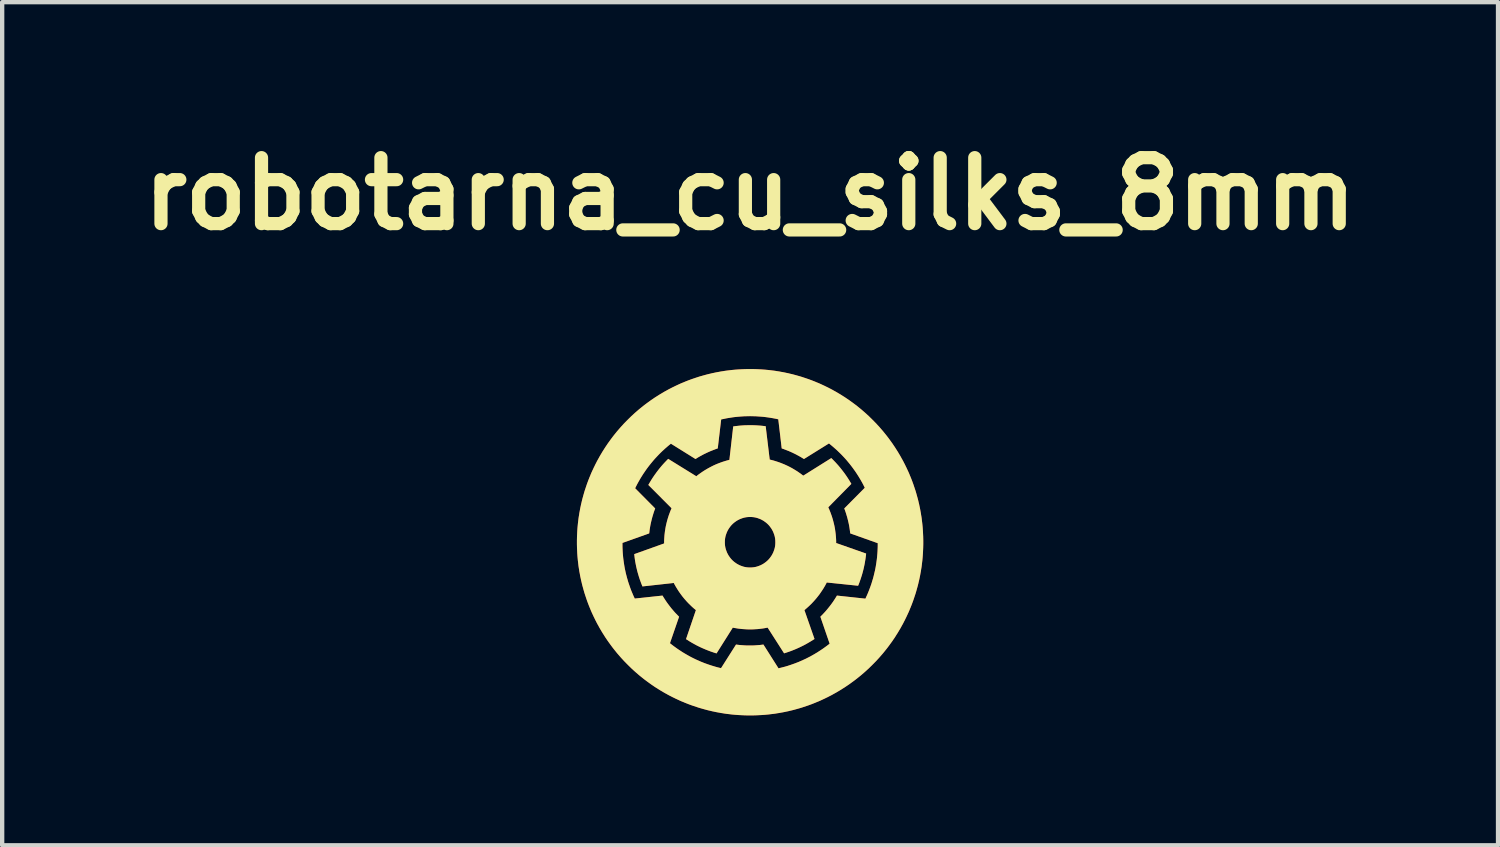
<source format=kicad_pcb>
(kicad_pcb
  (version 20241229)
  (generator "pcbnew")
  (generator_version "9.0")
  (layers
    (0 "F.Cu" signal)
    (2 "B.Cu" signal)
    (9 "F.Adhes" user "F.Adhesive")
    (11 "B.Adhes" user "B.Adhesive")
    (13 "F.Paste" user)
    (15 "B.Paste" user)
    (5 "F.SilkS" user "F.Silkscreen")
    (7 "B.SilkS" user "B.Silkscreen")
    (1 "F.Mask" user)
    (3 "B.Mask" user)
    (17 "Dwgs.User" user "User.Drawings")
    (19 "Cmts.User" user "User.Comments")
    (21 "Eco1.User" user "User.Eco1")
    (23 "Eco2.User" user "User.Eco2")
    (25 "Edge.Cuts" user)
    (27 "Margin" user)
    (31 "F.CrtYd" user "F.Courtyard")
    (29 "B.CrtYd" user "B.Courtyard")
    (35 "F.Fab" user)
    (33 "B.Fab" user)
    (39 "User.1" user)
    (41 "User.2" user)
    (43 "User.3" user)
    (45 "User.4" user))
  (footprint "robotarna_cu_silks_8mm"
    (layer "F.Cu")
    (at 14.275 9.474)
    (property "Reference" "robotarna_cu_silks_8mm" (at 0 -8.048 0) (layer "F.SilkS") (effects (font (size 1.524 1.524) (thickness 0.305))))
    (attr smd)
    (fp_poly (pts (xy -0.000007 0.583) (xy -2.645 0.491) (xy -2.637 0.533) (xy -2.628 0.575) (xy -2.618 0.617) (xy -2.608 0.659) (xy -2.597 0.7) (xy -2.585 0.741) (xy -2.573 0.782) (xy -2.56 0.823) (xy -2.547 0.863) (xy -2.532 0.903) (xy -2.518 0.943) (xy -2.502 0.982) (xy -2.487 1.021) (xy -1.763 0.941) (xy -1.743 0.979) (xy -1.722 1.016) (xy -1.7 1.053) (xy -1.677 1.09) (xy -1.654 1.126) (xy -1.63 1.161) (xy -1.605 1.196) (xy -1.579 1.231) (xy -1.553 1.265) (xy -1.526 1.298) (xy -1.498 1.33) (xy -1.47 1.362) (xy -1.44 1.394) (xy -1.411 1.424) (xy -1.38 1.454) (xy -1.349 1.484) (xy -1.317 1.513) (xy -1.285 1.541) (xy -1.252 1.568) (xy -1.48 2.238) (xy -1.444 2.261) (xy -1.408 2.284) (xy -1.371 2.306) (xy -1.334 2.328) (xy -1.296 2.349) (xy -1.258 2.37) (xy -1.22 2.39) (xy -1.181 2.409) (xy -1.142 2.428) (xy -1.102 2.446) (xy -1.063 2.463) (xy -1.023 2.48) (xy -0.982 2.496) (xy -0.941 2.512) (xy -0.9 2.527) (xy -0.859 2.541) (xy -0.817 2.555) (xy -0.775 2.568) (xy -0.4 1.973) (xy -0.357 1.981) (xy -0.314 1.988) (xy -0.27 1.995) (xy -0.226 2) (xy -0.182 2.005) (xy -0.137 2.008) (xy -0.092 2.011) (xy -0.047 2.013) (xy -0.001 2.013) (xy 0.04 2.013) (xy 0.082 2.012) (xy 0.123 2.009) (xy 0.164 2.007) (xy 0.205 2.003) (xy 0.245 1.998) (xy 0.286 1.993) (xy 0.326 1.987) (xy 0.365 1.98) (xy 0.405 1.972) (xy 0.785 2.566) (xy 0.827 2.553) (xy 0.868 2.539) (xy 0.909 2.525) (xy 0.95 2.51) (xy 0.991 2.494) (xy 1.031 2.478) (xy 1.071 2.461) (xy 1.111 2.443) (xy 1.15 2.425) (xy 1.189 2.406) (xy 1.228 2.387) (xy 1.266 2.367) (xy 1.304 2.346) (xy 1.341 2.325) (xy 1.378 2.303) (xy 1.415 2.281) (xy 1.452 2.258) (xy 1.488 2.235) (xy 1.255 1.568) (xy 1.288 1.54) (xy 1.321 1.511) (xy 1.353 1.482) (xy 1.385 1.452) (xy 1.416 1.422) (xy 1.446 1.39) (xy 1.475 1.359) (xy 1.504 1.326) (xy 1.532 1.293) (xy 1.559 1.259) (xy 1.586 1.225) (xy 1.612 1.19) (xy 1.637 1.154) (xy 1.661 1.118) (xy 1.685 1.082) (xy 1.708 1.044) (xy 1.73 1.007) (xy 1.751 0.968) (xy 1.771 0.93) (xy 2.495 1.005) (xy 2.511 0.966) (xy 2.526 0.927) (xy 2.54 0.887) (xy 2.554 0.847) (xy 2.567 0.807) (xy 2.58 0.767) (xy 2.592 0.726) (xy 2.603 0.685) (xy 2.614 0.643) (xy 2.624 0.602) (xy 2.633 0.56) (xy 2.642 0.518) (xy 2.65 0.476) (xy 2.657 0.433) (xy 2.664 0.391) (xy 2.67 0.348) (xy 2.676 0.305) (xy 2.68 0.261) (xy 1.988 0.018) (xy 1.988 -0.028) (xy 1.986 -0.074) (xy 1.983 -0.12) (xy 1.979 -0.166) (xy 1.974 -0.211) (xy 1.968 -0.256) (xy 1.962 -0.3) (xy 1.954 -0.345) (xy 1.945 -0.389) (xy 1.935 -0.432) (xy 1.924 -0.475) (xy 1.913 -0.518) (xy 1.9 -0.561) (xy 1.887 -0.603) (xy 1.872 -0.644) (xy 1.857 -0.686) (xy 1.841 -0.726) (xy 1.824 -0.767) (xy 1.806 -0.807) (xy 2.339 -1.348) (xy 2.316 -1.387) (xy 2.293 -1.425) (xy 2.269 -1.463) (xy 2.245 -1.5) (xy 2.22 -1.537) (xy 2.194 -1.574) (xy 2.168 -1.61) (xy 2.141 -1.645) (xy 2.114 -1.68) (xy 2.086 -1.715) (xy 2.058 -1.749) (xy 2.029 -1.783) (xy 1.999 -1.816) (xy 1.969 -1.849) (xy 1.938 -1.881) (xy 1.907 -1.913) (xy 1.876 -1.944) (xy 1.228 -1.538) (xy 1.194 -1.564) (xy 1.159 -1.589) (xy 1.124 -1.614) (xy 1.089 -1.638) (xy 1.052 -1.661) (xy 1.016 -1.683) (xy 0.979 -1.705) (xy 0.941 -1.726) (xy 0.903 -1.746) (xy 0.864 -1.765) (xy 0.825 -1.783) (xy 0.785 -1.801) (xy 0.745 -1.817) (xy 0.705 -1.833) (xy 0.664 -1.848) (xy 0.622 -1.862) (xy 0.581 -1.875) (xy 0.539 -1.888) (xy 0.496 -1.899) (xy 0.453 -1.91) (xy 0.36 -2.68) (xy 0.316 -2.685) (xy 0.272 -2.69) (xy 0.228 -2.694) (xy 0.184 -2.697) (xy 0.139 -2.7) (xy 0.095 -2.702) (xy 0.05 -2.703) (xy 0.005 -2.704) (xy -0.04 -2.703) (xy -0.084 -2.702) (xy -0.129 -2.701) (xy -0.173 -2.698) (xy -0.217 -2.695) (xy -0.26 -2.691) (xy -0.304 -2.686) (xy -0.347 -2.681) (xy -0.39 -2.675) (xy -0.478 -1.903) (xy -0.52 -1.892) (xy -0.562 -1.88) (xy -0.604 -1.867) (xy -0.645 -1.854) (xy -0.686 -1.839) (xy -0.726 -1.824) (xy -0.766 -1.808) (xy -0.806 -1.791) (xy -0.845 -1.773) (xy -0.883 -1.754) (xy -0.922 -1.734) (xy -0.959 -1.714) (xy -0.996 -1.693) (xy -1.033 -1.671) (xy -1.069 -1.649) (xy -1.105 -1.625) (xy -1.14 -1.601) (xy -1.175 -1.576) (xy -1.209 -1.551) (xy -1.242 -1.524) (xy -1.892 -1.926) (xy -1.923 -1.894) (xy -1.954 -1.862) (xy -1.985 -1.829) (xy -2.015 -1.796) (xy -2.044 -1.763) (xy -2.073 -1.728) (xy -2.101 -1.694) (xy -2.128 -1.659) (xy -2.156 -1.623) (xy -2.182 -1.587) (xy -2.208 -1.551) (xy -2.233 -1.514) (xy -2.258 -1.477) (xy -2.282 -1.439) (xy -2.305 -1.401) (xy -2.328 -1.362) (xy -2.351 -1.323) (xy -1.814 -0.785) (xy -1.831 -0.746) (xy -1.847 -0.706) (xy -1.862 -0.666) (xy -1.877 -0.626) (xy -1.89 -0.585) (xy -1.903 -0.544) (xy -1.915 -0.502) (xy -1.926 -0.46) (xy -1.936 -0.418) (xy -1.946 -0.375) (xy -1.954 -0.332) (xy -1.961 -0.288) (xy -1.968 -0.245) (xy -1.973 -0.201) (xy -1.978 -0.157) (xy -1.981 -0.112) (xy -1.984 -0.067) (xy -1.986 -0.022) (xy -1.986 0.023) (xy -1.986 0.028) (xy -2.676 0.275) (xy -2.671 0.319) (xy -2.666 0.362) (xy -2.66 0.405) (xy -2.653 0.448) (xy -2.645 0.491) (xy -0.000007 0.583) (xy -0.042 0.582) (xy -0.083 0.578) (xy -0.123 0.571) (xy -0.162 0.561) (xy -0.199 0.548) (xy -0.236 0.534) (xy -0.272 0.516) (xy -0.306 0.497) (xy -0.338 0.475) (xy -0.369 0.452) (xy -0.399 0.426) (xy -0.426 0.399) (xy -0.452 0.369) (xy -0.475 0.338) (xy -0.497 0.306) (xy -0.516 0.272) (xy -0.534 0.236) (xy -0.548 0.199) (xy -0.561 0.162) (xy -0.571 0.123) (xy -0.578 0.083) (xy -0.582 0.042) (xy -0.583 0.000013) (xy -0.582 -0.042) (xy -0.578 -0.083) (xy -0.571 -0.123) (xy -0.561 -0.162) (xy -0.548 -0.199) (xy -0.534 -0.236) (xy -0.516 -0.272) (xy -0.497 -0.306) (xy -0.475 -0.338) (xy -0.452 -0.369) (xy -0.426 -0.399) (xy -0.399 -0.426) (xy -0.369 -0.452) (xy -0.338 -0.475) (xy -0.306 -0.497) (xy -0.272 -0.516) (xy -0.236 -0.534) (xy -0.199 -0.548) (xy -0.162 -0.561) (xy -0.123 -0.571) (xy -0.083 -0.578) (xy -0.042 -0.582) (xy -0.000007 -0.583) (xy 0.042 -0.582) (xy 0.083 -0.578) (xy 0.123 -0.571) (xy 0.162 -0.561) (xy 0.199 -0.548) (xy 0.236 -0.534) (xy 0.272 -0.516) (xy 0.306 -0.497) (xy 0.338 -0.475) (xy 0.369 -0.452) (xy 0.399 -0.426) (xy 0.426 -0.399) (xy 0.452 -0.369) (xy 0.475 -0.338) (xy 0.497 -0.306) (xy 0.516 -0.272) (xy 0.534 -0.236) (xy 0.548 -0.199) (xy 0.561 -0.162) (xy 0.571 -0.123) (xy 0.578 -0.083) (xy 0.582 -0.042) (xy 0.583 0.000013) (xy 0.582 0.042) (xy 0.578 0.083) (xy 0.571 0.123) (xy 0.561 0.162) (xy 0.548 0.199) (xy 0.534 0.236) (xy 0.516 0.272) (xy 0.497 0.306) (xy 0.475 0.338) (xy 0.452 0.369) (xy 0.426 0.399) (xy 0.399 0.426) (xy 0.369 0.452) (xy 0.338 0.475) (xy 0.306 0.497) (xy 0.272 0.516) (xy 0.236 0.534) (xy 0.199 0.548) (xy 0.162 0.561) (xy 0.123 0.571) (xy 0.083 0.578) (xy 0.042 0.582) (xy -0.000007 0.583)) (stroke (width 0) (type solid)) (fill yes) (layer "F.Cu"))
    (fp_poly (pts (xy 2.663 1.303) (xy 0.591 3.957) (xy 0.632 3.95) (xy 0.673 3.944) (xy 0.714 3.936) (xy 0.755 3.929) (xy 0.796 3.921) (xy 0.837 3.912) (xy 0.877 3.904) (xy 0.917 3.894) (xy 0.957 3.885) (xy 0.997 3.875) (xy 1.037 3.864) (xy 1.077 3.853) (xy 1.116 3.842) (xy 1.155 3.831) (xy 1.194 3.819) (xy 1.233 3.806) (xy 1.272 3.793) (xy 1.311 3.78) (xy 1.349 3.767) (xy 1.387 3.753) (xy 1.425 3.739) (xy 1.463 3.724) (xy 1.501 3.709) (xy 1.538 3.693) (xy 1.576 3.678) (xy 1.613 3.662) (xy 1.65 3.645) (xy 1.686 3.628) (xy 1.723 3.611) (xy 1.759 3.593) (xy 1.795 3.576) (xy 1.831 3.557) (xy 1.867 3.539) (xy 1.902 3.52) (xy 1.937 3.5) (xy 1.972 3.481) (xy 2.007 3.461) (xy 2.042 3.44) (xy 2.076 3.42) (xy 2.11 3.399) (xy 2.144 3.377) (xy 2.178 3.356) (xy 2.211 3.334) (xy 2.245 3.311) (xy 2.278 3.289) (xy 2.31 3.266) (xy 2.343 3.242) (xy 2.375 3.219) (xy 2.407 3.195) (xy 2.439 3.171) (xy 2.471 3.146) (xy 2.502 3.121) (xy 2.533 3.096) (xy 2.564 3.071) (xy 2.594 3.045) (xy 2.624 3.019) (xy 2.654 2.993) (xy 2.684 2.966) (xy 2.713 2.939) (xy 2.743 2.912) (xy 2.771 2.884) (xy 2.8 2.856) (xy 2.828 2.828) (xy 2.856 2.8) (xy 2.884 2.771) (xy 2.912 2.743) (xy 2.939 2.713) (xy 2.966 2.684) (xy 2.993 2.654) (xy 3.019 2.624) (xy 3.045 2.594) (xy 3.071 2.564) (xy 3.096 2.533) (xy 3.121 2.502) (xy 3.146 2.471) (xy 3.171 2.439) (xy 3.195 2.407) (xy 3.219 2.375) (xy 3.242 2.343) (xy 3.266 2.31) (xy 3.289 2.278) (xy 3.311 2.245) (xy 3.334 2.212) (xy 3.356 2.178) (xy 3.377 2.144) (xy 3.399 2.11) (xy 3.42 2.076) (xy 3.44 2.042) (xy 3.461 2.007) (xy 3.481 1.973) (xy 3.5 1.937) (xy 3.52 1.902) (xy 3.539 1.867) (xy 3.557 1.831) (xy 3.576 1.795) (xy 3.593 1.759) (xy 3.611 1.723) (xy 3.628 1.686) (xy 3.645 1.65) (xy 3.662 1.613) (xy 3.678 1.576) (xy 3.693 1.538) (xy 3.709 1.501) (xy 3.724 1.463) (xy 3.739 1.425) (xy 3.753 1.387) (xy 3.767 1.349) (xy 3.78 1.311) (xy 3.793 1.272) (xy 3.806 1.233) (xy 3.819 1.194) (xy 3.831 1.155) (xy 3.842 1.116) (xy 3.853 1.077) (xy 3.864 1.037) (xy 3.875 0.997) (xy 3.885 0.957) (xy 3.894 0.917) (xy 3.904 0.877) (xy 3.912 0.837) (xy 3.921 0.796) (xy 3.929 0.755) (xy 3.936 0.714) (xy 3.944 0.673) (xy 3.95 0.632) (xy 3.957 0.591) (xy 3.963 0.55) (xy 3.968 0.508) (xy 3.973 0.466) (xy 3.978 0.425) (xy 3.982 0.383) (xy 3.986 0.341) (xy 3.989 0.299) (xy 3.992 0.256) (xy 3.994 0.214) (xy 3.996 0.171) (xy 3.998 0.129) (xy 3.999 0.086) (xy 4 0.043) (xy 4 0.000011) (xy 4 -0.043) (xy 3.999 -0.086) (xy 3.998 -0.129) (xy 3.996 -0.171) (xy 3.994 -0.214) (xy 3.992 -0.256) (xy 3.989 -0.299) (xy 3.986 -0.341) (xy 3.982 -0.383) (xy 3.978 -0.425) (xy 3.973 -0.466) (xy 3.968 -0.508) (xy 3.963 -0.55) (xy 3.957 -0.591) (xy 3.95 -0.632) (xy 3.944 -0.673) (xy 3.936 -0.714) (xy 3.929 -0.755) (xy 3.921 -0.796) (xy 3.912 -0.837) (xy 3.904 -0.877) (xy 3.894 -0.917) (xy 3.885 -0.957) (xy 3.875 -0.997) (xy 3.864 -1.037) (xy 3.853 -1.077) (xy 3.842 -1.116) (xy 3.831 -1.155) (xy 3.819 -1.194) (xy 3.806 -1.233) (xy 3.793 -1.272) (xy 3.78 -1.311) (xy 3.767 -1.349) (xy 3.753 -1.387) (xy 3.739 -1.425) (xy 3.724 -1.463) (xy 3.709 -1.501) (xy 3.693 -1.538) (xy 3.678 -1.576) (xy 3.662 -1.613) (xy 3.645 -1.65) (xy 3.628 -1.686) (xy 3.611 -1.723) (xy 3.593 -1.759) (xy 3.576 -1.795) (xy 3.557 -1.831) (xy 3.539 -1.867) (xy 3.52 -1.902) (xy 3.5 -1.937) (xy 3.481 -1.972) (xy 3.461 -2.007) (xy 3.44 -2.042) (xy 3.42 -2.076) (xy 3.399 -2.11) (xy 3.377 -2.144) (xy 3.356 -2.178) (xy 3.334 -2.211) (xy 3.311 -2.245) (xy 3.289 -2.278) (xy 3.266 -2.31) (xy 3.242 -2.343) (xy 3.219 -2.375) (xy 3.195 -2.407) (xy 3.171 -2.439) (xy 3.146 -2.471) (xy 3.121 -2.502) (xy 3.096 -2.533) (xy 3.071 -2.564) (xy 3.045 -2.594) (xy 3.019 -2.624) (xy 2.993 -2.654) (xy 2.966 -2.684) (xy 2.939 -2.713) (xy 2.912 -2.743) (xy 2.884 -2.771) (xy 2.856 -2.8) (xy 2.828 -2.828) (xy 2.8 -2.856) (xy 2.771 -2.884) (xy 2.743 -2.912) (xy 2.713 -2.939) (xy 2.684 -2.966) (xy 2.654 -2.993) (xy 2.624 -3.019) (xy 2.594 -3.045) (xy 2.564 -3.071) (xy 2.533 -3.096) (xy 2.502 -3.121) (xy 2.471 -3.146) (xy 2.439 -3.171) (xy 2.407 -3.195) (xy 2.375 -3.219) (xy 2.343 -3.242) (xy 2.31 -3.266) (xy 2.278 -3.289) (xy 2.245 -3.311) (xy 2.211 -3.334) (xy 2.178 -3.356) (xy 2.144 -3.377) (xy 2.11 -3.399) (xy 2.076 -3.42) (xy 2.042 -3.44) (xy 2.007 -3.461) (xy 1.972 -3.481) (xy 1.937 -3.5) (xy 1.902 -3.52) (xy 1.867 -3.539) (xy 1.831 -3.557) (xy 1.795 -3.576) (xy 1.759 -3.593) (xy 1.723 -3.611) (xy 1.686 -3.628) (xy 1.65 -3.645) (xy 1.613 -3.662) (xy 1.576 -3.678) (xy 1.538 -3.693) (xy 1.501 -3.709) (xy 1.463 -3.724) (xy 1.425 -3.739) (xy 1.387 -3.753) (xy 1.349 -3.767) (xy 1.311 -3.78) (xy 1.272 -3.793) (xy 1.233 -3.806) (xy 1.194 -3.819) (xy 1.155 -3.831) (xy 1.116 -3.842) (xy 1.077 -3.853) (xy 1.037 -3.864) (xy 0.997 -3.875) (xy 0.957 -3.885) (xy 0.917 -3.894) (xy 0.877 -3.904) (xy 0.837 -3.912) (xy 0.796 -3.921) (xy 0.755 -3.929) (xy 0.714 -3.936) (xy 0.673 -3.944) (xy 0.632 -3.95) (xy 0.591 -3.957) (xy 0.55 -3.963) (xy 0.508 -3.968) (xy 0.466 -3.973) (xy 0.425 -3.978) (xy 0.383 -3.982) (xy 0.341 -3.986) (xy 0.299 -3.989) (xy 0.256 -3.992) (xy 0.214 -3.994) (xy 0.171 -3.996) (xy 0.129 -3.998) (xy 0.086 -3.999) (xy 0.043 -4) (xy -0.000011 -4) (xy -0.043 -4) (xy -0.086 -3.999) (xy -0.129 -3.998) (xy -0.171 -3.996) (xy -0.214 -3.994) (xy -0.256 -3.992) (xy -0.299 -3.989) (xy -0.341 -3.986) (xy -0.383 -3.982) (xy -0.425 -3.978) (xy -0.466 -3.973) (xy -0.508 -3.968) (xy -0.55 -3.963) (xy -0.591 -3.957) (xy -0.632 -3.95) (xy -0.673 -3.944) (xy -0.714 -3.936) (xy -0.755 -3.929) (xy -0.796 -3.921) (xy -0.837 -3.912) (xy -0.877 -3.904) (xy -0.917 -3.894) (xy -0.957 -3.885) (xy -0.997 -3.875) (xy -1.037 -3.864) (xy -1.077 -3.853) (xy -1.116 -3.842) (xy -1.155 -3.831) (xy -1.194 -3.819) (xy -1.233 -3.806) (xy -1.272 -3.793) (xy -1.311 -3.78) (xy -1.349 -3.767) (xy -1.387 -3.753) (xy -1.425 -3.739) (xy -1.463 -3.724) (xy -1.501 -3.709) (xy -1.538 -3.693) (xy -1.576 -3.678) (xy -1.613 -3.662) (xy -1.65 -3.645) (xy -1.686 -3.628) (xy -1.723 -3.611) (xy -1.759 -3.593) (xy -1.795 -3.576) (xy -1.831 -3.557) (xy -1.867 -3.539) (xy -1.902 -3.52) (xy -1.937 -3.5) (xy -1.973 -3.481) (xy -2.007 -3.461) (xy -2.042 -3.44) (xy -2.076 -3.42) (xy -2.11 -3.399) (xy -2.144 -3.377) (xy -2.178 -3.356) (xy -2.212 -3.334) (xy -2.245 -3.311) (xy -2.278 -3.289) (xy -2.31 -3.266) (xy -2.343 -3.242) (xy -2.375 -3.219) (xy -2.407 -3.195) (xy -2.439 -3.171) (xy -2.471 -3.146) (xy -2.502 -3.121) (xy -2.533 -3.096) (xy -2.564 -3.071) (xy -2.594 -3.045) (xy -2.624 -3.019) (xy -2.654 -2.993) (xy -2.684 -2.966) (xy -2.713 -2.939) (xy -2.743 -2.912) (xy -2.771 -2.884) (xy -2.8 -2.856) (xy -2.828 -2.828) (xy -2.856 -2.8) (xy -2.884 -2.771) (xy -2.912 -2.743) (xy -2.939 -2.713) (xy -2.966 -2.684) (xy -2.993 -2.654) (xy -3.019 -2.624) (xy -3.045 -2.594) (xy -3.071 -2.564) (xy -3.096 -2.533) (xy -3.121 -2.502) (xy -3.146 -2.471) (xy -3.171 -2.439) (xy -3.195 -2.407) (xy -3.219 -2.375) (xy -3.242 -2.343) (xy -3.266 -2.31) (xy -3.289 -2.278) (xy -3.311 -2.245) (xy -3.334 -2.211) (xy -3.356 -2.178) (xy -3.377 -2.144) (xy -3.399 -2.11) (xy -3.42 -2.076) (xy -3.44 -2.042) (xy -3.461 -2.007) (xy -3.481 -1.972) (xy -3.5 -1.937) (xy -3.52 -1.902) (xy -3.539 -1.867) (xy -3.557 -1.831) (xy -3.576 -1.795) (xy -3.593 -1.759) (xy -3.611 -1.723) (xy -3.628 -1.686) (xy -3.645 -1.65) (xy -3.662 -1.613) (xy -3.678 -1.576) (xy -3.693 -1.538) (xy -3.709 -1.501) (xy -3.724 -1.463) (xy -3.739 -1.425) (xy -3.753 -1.387) (xy -3.767 -1.349) (xy -3.78 -1.311) (xy -3.793 -1.272) (xy -3.806 -1.233) (xy -3.819 -1.194) (xy -3.831 -1.155) (xy -3.842 -1.116) (xy -3.853 -1.077) (xy -3.864 -1.037) (xy -3.875 -0.997) (xy -3.885 -0.957) (xy -3.894 -0.917) (xy -3.904 -0.877) (xy -3.912 -0.837) (xy -3.921 -0.796) (xy -3.929 -0.755) (xy -3.936 -0.714) (xy -3.944 -0.673) (xy -3.95 -0.632) (xy -3.957 -0.591) (xy -3.963 -0.55) (xy -3.968 -0.508) (xy -3.973 -0.466) (xy -3.978 -0.425) (xy -3.982 -0.383) (xy -3.986 -0.341) (xy -3.989 -0.299) (xy -3.992 -0.256) (xy -3.994 -0.214) (xy -3.996 -0.171) (xy -3.998 -0.129) (xy -3.999 -0.086) (xy -4 -0.043) (xy -4 0.000011) (xy -4 0.043) (xy -3.999 0.086) (xy -3.998 0.129) (xy -3.996 0.171) (xy -3.994 0.214) (xy -3.992 0.256) (xy -3.989 0.299) (xy -3.986 0.341) (xy -3.982 0.383) (xy -3.978 0.425) (xy -3.973 0.466) (xy -3.968 0.508) (xy -3.963 0.55) (xy -3.957 0.591) (xy -3.95 0.632) (xy -3.944 0.673) (xy -3.936 0.714) (xy -3.929 0.755) (xy -3.921 0.796) (xy -3.912 0.837) (xy -3.904 0.877) (xy -3.894 0.917) (xy -3.885 0.957) (xy -3.875 0.997) (xy -3.864 1.037) (xy -3.853 1.077) (xy -3.842 1.116) (xy -3.831 1.155) (xy -3.819 1.194) (xy -3.806 1.233) (xy -3.793 1.272) (xy -3.78 1.311) (xy -3.767 1.349) (xy -3.753 1.387) (xy -3.739 1.425) (xy -3.724 1.463) (xy -3.709 1.501) (xy -3.693 1.538) (xy -3.678 1.576) (xy -3.662 1.613) (xy -3.645 1.65) (xy -3.628 1.686) (xy -3.611 1.723) (xy -3.593 1.759) (xy -3.576 1.795) (xy -3.557 1.831) (xy -3.539 1.867) (xy -3.52 1.902) (xy -3.5 1.937) (xy -3.481 1.973) (xy -3.461 2.007) (xy -3.44 2.042) (xy -3.42 2.076) (xy -3.399 2.11) (xy -3.377 2.144) (xy -3.356 2.178) (xy -3.334 2.212) (xy -3.311 2.245) (xy -3.289 2.278) (xy -3.266 2.31) (xy -3.242 2.343) (xy -3.219 2.375) (xy -3.195 2.407) (xy -3.171 2.439) (xy -3.146 2.471) (xy -3.121 2.502) (xy -3.096 2.533) (xy -3.071 2.564) (xy -3.045 2.594) (xy -3.019 2.624) (xy -2.993 2.654) (xy -2.966 2.684) (xy -2.939 2.713) (xy -2.912 2.743) (xy -2.884 2.771) (xy -2.856 2.8) (xy -2.828 2.828) (xy -2.8 2.856) (xy -2.771 2.884) (xy -2.743 2.912) (xy -2.713 2.939) (xy -2.684 2.966) (xy -2.654 2.993) (xy -2.624 3.019) (xy -2.594 3.045) (xy -2.564 3.071) (xy -2.533 3.096) (xy -2.502 3.121) (xy -2.471 3.146) (xy -2.439 3.171) (xy -2.407 3.195) (xy -2.375 3.219) (xy -2.343 3.242) (xy -2.31 3.266) (xy -2.278 3.289) (xy -2.245 3.311) (xy -2.212 3.334) (xy -2.178 3.356) (xy -2.144 3.377) (xy -2.11 3.399) (xy -2.076 3.42) (xy -2.042 3.44) (xy -2.007 3.461) (xy -1.973 3.481) (xy -1.937 3.5) (xy -1.902 3.52) (xy -1.867 3.539) (xy -1.831 3.557) (xy -1.795 3.576) (xy -1.759 3.593) (xy -1.723 3.611) (xy -1.686 3.628) (xy -1.65 3.645) (xy -1.613 3.662) (xy -1.576 3.678) (xy -1.538 3.693) (xy -1.501 3.709) (xy -1.463 3.724) (xy -1.425 3.739) (xy -1.387 3.753) (xy -1.349 3.767) (xy -1.311 3.78) (xy -1.272 3.793) (xy -1.233 3.806) (xy -1.194 3.819) (xy -1.155 3.831) (xy -1.116 3.842) (xy -1.077 3.853) (xy -1.037 3.864) (xy -0.997 3.875) (xy -0.957 3.885) (xy -0.917 3.894) (xy -0.877 3.904) (xy -0.837 3.912) (xy -0.796 3.921) (xy -0.755 3.929) (xy -0.714 3.936) (xy -0.673 3.944) (xy -0.632 3.95) (xy -0.591 3.957) (xy -0.55 3.963) (xy -0.508 3.968) (xy -0.466 3.973) (xy -0.425 3.978) (xy -0.383 3.982) (xy -0.341 3.986) (xy -0.299 3.989) (xy -0.256 3.992) (xy -0.214 3.994) (xy -0.171 3.996) (xy -0.129 3.998) (xy -0.086 3.999) (xy -0.043 4) (xy -0.000011 4) (xy 0.043 4) (xy 0.086 3.999) (xy 0.129 3.998) (xy 0.171 3.996) (xy 0.214 3.994) (xy 0.256 3.992) (xy 0.299 3.989) (xy 0.341 3.986) (xy 0.383 3.982) (xy 0.425 3.978) (xy 0.466 3.973) (xy 0.508 3.968) (xy 0.55 3.963) (xy 0.591 3.957) (xy 2.663 1.303) (xy 2.006 1.232) (xy 1.983 1.27) (xy 1.959 1.308) (xy 1.935 1.345) (xy 1.91 1.382) (xy 1.884 1.418) (xy 1.857 1.454) (xy 1.83 1.489) (xy 1.802 1.524) (xy 1.774 1.558) (xy 1.745 1.592) (xy 1.715 1.625) (xy 1.685 1.657) (xy 1.654 1.689) (xy 1.623 1.72) (xy 1.837 2.343) (xy 1.803 2.37) (xy 1.768 2.396) (xy 1.733 2.422) (xy 1.698 2.447) (xy 1.662 2.472) (xy 1.626 2.496) (xy 1.589 2.52) (xy 1.552 2.544) (xy 1.515 2.566) (xy 1.477 2.589) (xy 1.439 2.61) (xy 1.401 2.632) (xy 1.362 2.652) (xy 1.323 2.672) (xy 1.284 2.692) (xy 1.244 2.71) (xy 1.204 2.729) (xy 1.164 2.746) (xy 1.123 2.764) (xy 1.082 2.78) (xy 1.041 2.796) (xy 0.999 2.811) (xy 0.957 2.826) (xy 0.915 2.84) (xy 0.873 2.854) (xy 0.83 2.867) (xy 0.787 2.879) (xy 0.744 2.89) (xy 0.7 2.901) (xy 0.656 2.912) (xy 0.308 2.363) (xy 0.269 2.368) (xy 0.23 2.373) (xy 0.191 2.376) (xy 0.151 2.379) (xy 0.112 2.382) (xy 0.072 2.384) (xy 0.032 2.385) (xy -0.009 2.385) (xy -0.049 2.385) (xy -0.089 2.384) (xy -0.129 2.382) (xy -0.168 2.379) (xy -0.208 2.376) (xy -0.247 2.373) (xy -0.287 2.368) (xy -0.325 2.363) (xy -0.671 2.908) (xy -0.715 2.898) (xy -0.759 2.887) (xy -0.802 2.875) (xy -0.845 2.862) (xy -0.888 2.849) (xy -0.93 2.835) (xy -0.972 2.821) (xy -1.014 2.806) (xy -1.056 2.791) (xy -1.097 2.774) (xy -1.138 2.758) (xy -1.178 2.74) (xy -1.219 2.722) (xy -1.259 2.704) (xy -1.298 2.685) (xy -1.338 2.665) (xy -1.377 2.645) (xy -1.415 2.624) (xy -1.454 2.602) (xy -1.492 2.58) (xy -1.529 2.558) (xy -1.567 2.535) (xy -1.603 2.511) (xy -1.64 2.487) (xy -1.676 2.463) (xy -1.712 2.437) (xy -1.747 2.412) (xy -1.782 2.386) (xy -1.817 2.359) (xy -1.851 2.332) (xy -1.64 1.72) (xy -1.671 1.689) (xy -1.702 1.657) (xy -1.733 1.625) (xy -1.762 1.592) (xy -1.791 1.558) (xy -1.82 1.524) (xy -1.847 1.489) (xy -1.874 1.454) (xy -1.901 1.418) (xy -1.927 1.382) (xy -1.952 1.345) (xy -1.976 1.308) (xy -2 1.27) (xy -2.023 1.232) (xy -2.664 1.301) (xy -2.682 1.263) (xy -2.7 1.224) (xy -2.716 1.185) (xy -2.733 1.145) (xy -2.749 1.106) (xy -2.764 1.066) (xy -2.778 1.026) (xy -2.792 0.985) (xy -2.806 0.945) (xy -2.819 0.904) (xy -2.831 0.862) (xy -2.843 0.821) (xy -2.854 0.779) (xy -2.865 0.737) (xy -2.875 0.695) (xy -2.884 0.652) (xy -2.893 0.61) (xy -2.901 0.567) (xy -2.908 0.524) (xy -2.915 0.48) (xy -2.921 0.437) (xy -2.927 0.393) (xy -2.932 0.349) (xy -2.936 0.305) (xy -2.94 0.261) (xy -2.943 0.216) (xy -2.945 0.172) (xy -2.947 0.127) (xy -2.948 0.082) (xy -2.948 0.037) (xy -2.948 0.016) (xy -2.33 -0.204) (xy -2.325 -0.247) (xy -2.32 -0.289) (xy -2.313 -0.332) (xy -2.306 -0.374) (xy -2.298 -0.416) (xy -2.289 -0.457) (xy -2.279 -0.499) (xy -2.269 -0.54) (xy -2.258 -0.581) (xy -2.246 -0.621) (xy -2.234 -0.661) (xy -2.221 -0.701) (xy -2.207 -0.741) (xy -2.192 -0.78) (xy -2.655 -1.247) (xy -2.635 -1.287) (xy -2.615 -1.327) (xy -2.594 -1.366) (xy -2.572 -1.405) (xy -2.55 -1.444) (xy -2.528 -1.482) (xy -2.504 -1.52) (xy -2.481 -1.557) (xy -2.456 -1.595) (xy -2.431 -1.631) (xy -2.406 -1.668) (xy -2.38 -1.704) (xy -2.354 -1.739) (xy -2.327 -1.774) (xy -2.299 -1.809) (xy -2.271 -1.843) (xy -2.243 -1.877) (xy -2.214 -1.911) (xy -2.184 -1.944) (xy -2.154 -1.976) (xy -2.124 -2.008) (xy -2.093 -2.04) (xy -2.062 -2.071) (xy -2.03 -2.102) (xy -1.997 -2.132) (xy -1.965 -2.162) (xy -1.931 -2.191) (xy -1.898 -2.22) (xy -1.864 -2.248) (xy -1.829 -2.276) (xy -1.261 -1.922) (xy -1.224 -1.945) (xy -1.187 -1.968) (xy -1.149 -1.989) (xy -1.11 -2.01) (xy -1.072 -2.031) (xy -1.032 -2.05) (xy -0.993 -2.069) (xy -0.953 -2.087) (xy -0.912 -2.105) (xy -0.871 -2.121) (xy -0.83 -2.137) (xy -0.789 -2.153) (xy -0.747 -2.167) (xy -0.668 -2.836) (xy -0.625 -2.845) (xy -0.582 -2.854) (xy -0.538 -2.863) (xy -0.495 -2.87) (xy -0.451 -2.877) (xy -0.407 -2.884) (xy -0.362 -2.89) (xy -0.318 -2.895) (xy -0.273 -2.899) (xy -0.228 -2.903) (xy -0.183 -2.906) (xy -0.137 -2.909) (xy -0.092 -2.91) (xy -0.046 -2.911) (xy -0.000011 -2.912) (xy 0.045 -2.911) (xy 0.089 -2.91) (xy 0.133 -2.909) (xy 0.178 -2.906) (xy 0.222 -2.903) (xy 0.265 -2.9) (xy 0.309 -2.896) (xy 0.352 -2.891) (xy 0.396 -2.885) (xy 0.439 -2.879) (xy 0.482 -2.872) (xy 0.524 -2.865) (xy 0.567 -2.857) (xy 0.609 -2.849) (xy 0.651 -2.839) (xy 0.73 -2.167) (xy 0.772 -2.153) (xy 0.813 -2.137) (xy 0.854 -2.121) (xy 0.895 -2.105) (xy 0.936 -2.087) (xy 0.976 -2.069) (xy 1.015 -2.05) (xy 1.054 -2.031) (xy 1.093 -2.01) (xy 1.132 -1.989) (xy 1.169 -1.968) (xy 1.207 -1.945) (xy 1.244 -1.922) (xy 1.822 -2.282) (xy 1.856 -2.254) (xy 1.89 -2.226) (xy 1.924 -2.197) (xy 1.957 -2.168) (xy 1.99 -2.139) (xy 2.022 -2.109) (xy 2.054 -2.078) (xy 2.086 -2.047) (xy 2.117 -2.016) (xy 2.147 -1.984) (xy 2.177 -1.952) (xy 2.207 -1.919) (xy 2.236 -1.886) (xy 2.264 -1.852) (xy 2.292 -1.818) (xy 2.32 -1.783) (xy 2.347 -1.748) (xy 2.373 -1.713) (xy 2.399 -1.677) (xy 2.425 -1.641) (xy 2.45 -1.604) (xy 2.474 -1.567) (xy 2.498 -1.53) (xy 2.521 -1.492) (xy 2.544 -1.454) (xy 2.566 -1.416) (xy 2.588 -1.377) (xy 2.609 -1.338) (xy 2.629 -1.298) (xy 2.649 -1.258) (xy 2.175 -0.78) (xy 2.19 -0.741) (xy 2.204 -0.701) (xy 2.217 -0.661) (xy 2.229 -0.621) (xy 2.241 -0.581) (xy 2.252 -0.54) (xy 2.262 -0.499) (xy 2.272 -0.457) (xy 2.281 -0.416) (xy 2.289 -0.374) (xy 2.296 -0.332) (xy 2.302 -0.289) (xy 2.308 -0.247) (xy 2.313 -0.204) (xy 2.948 0.022) (xy 2.948 0.037) (xy 2.948 0.082) (xy 2.947 0.127) (xy 2.945 0.172) (xy 2.943 0.217) (xy 2.94 0.261) (xy 2.936 0.306) (xy 2.932 0.35) (xy 2.927 0.394) (xy 2.921 0.438) (xy 2.915 0.481) (xy 2.908 0.525) (xy 2.901 0.568) (xy 2.893 0.611) (xy 2.884 0.653) (xy 2.874 0.696) (xy 2.864 0.738) (xy 2.854 0.78) (xy 2.843 0.822) (xy 2.831 0.863) (xy 2.818 0.905) (xy 2.806 0.946) (xy 2.792 0.987) (xy 2.778 1.027) (xy 2.763 1.067) (xy 2.748 1.107) (xy 2.732 1.147) (xy 2.716 1.186) (xy 2.699 1.225) (xy 2.681 1.264) (xy 2.663 1.303)) (stroke (width 0) (type solid)) (fill yes) (layer "F.Cu"))
    (fp_poly (pts (xy -0.000007 0.583) (xy -2.645 0.491) (xy -2.637 0.533) (xy -2.628 0.575) (xy -2.618 0.617) (xy -2.608 0.659) (xy -2.597 0.7) (xy -2.585 0.741) (xy -2.573 0.782) (xy -2.56 0.823) (xy -2.547 0.863) (xy -2.532 0.903) (xy -2.518 0.943) (xy -2.502 0.982) (xy -2.487 1.021) (xy -1.763 0.941) (xy -1.743 0.979) (xy -1.722 1.016) (xy -1.7 1.053) (xy -1.677 1.09) (xy -1.654 1.126) (xy -1.63 1.161) (xy -1.605 1.196) (xy -1.579 1.231) (xy -1.553 1.265) (xy -1.526 1.298) (xy -1.498 1.33) (xy -1.47 1.362) (xy -1.44 1.394) (xy -1.411 1.424) (xy -1.38 1.454) (xy -1.349 1.484) (xy -1.317 1.513) (xy -1.285 1.541) (xy -1.252 1.568) (xy -1.48 2.238) (xy -1.444 2.261) (xy -1.408 2.284) (xy -1.371 2.306) (xy -1.334 2.328) (xy -1.296 2.349) (xy -1.258 2.37) (xy -1.22 2.39) (xy -1.181 2.409) (xy -1.142 2.428) (xy -1.102 2.446) (xy -1.063 2.463) (xy -1.023 2.48) (xy -0.982 2.496) (xy -0.941 2.512) (xy -0.9 2.527) (xy -0.859 2.541) (xy -0.817 2.555) (xy -0.775 2.568) (xy -0.4 1.973) (xy -0.357 1.981) (xy -0.314 1.988) (xy -0.27 1.995) (xy -0.226 2) (xy -0.182 2.005) (xy -0.137 2.008) (xy -0.092 2.011) (xy -0.047 2.013) (xy -0.001 2.013) (xy 0.04 2.013) (xy 0.082 2.012) (xy 0.123 2.009) (xy 0.164 2.007) (xy 0.205 2.003) (xy 0.245 1.998) (xy 0.286 1.993) (xy 0.326 1.987) (xy 0.365 1.98) (xy 0.405 1.972) (xy 0.785 2.566) (xy 0.827 2.553) (xy 0.868 2.539) (xy 0.909 2.525) (xy 0.95 2.51) (xy 0.991 2.494) (xy 1.031 2.478) (xy 1.071 2.461) (xy 1.111 2.443) (xy 1.15 2.425) (xy 1.189 2.406) (xy 1.228 2.387) (xy 1.266 2.367) (xy 1.304 2.346) (xy 1.341 2.325) (xy 1.378 2.303) (xy 1.415 2.281) (xy 1.452 2.258) (xy 1.488 2.235) (xy 1.255 1.568) (xy 1.288 1.54) (xy 1.321 1.511) (xy 1.353 1.482) (xy 1.385 1.452) (xy 1.416 1.422) (xy 1.446 1.39) (xy 1.475 1.359) (xy 1.504 1.326) (xy 1.532 1.293) (xy 1.559 1.259) (xy 1.586 1.225) (xy 1.612 1.19) (xy 1.637 1.154) (xy 1.661 1.118) (xy 1.685 1.082) (xy 1.708 1.044) (xy 1.73 1.007) (xy 1.751 0.968) (xy 1.771 0.93) (xy 2.495 1.005) (xy 2.511 0.966) (xy 2.526 0.927) (xy 2.54 0.887) (xy 2.554 0.847) (xy 2.567 0.807) (xy 2.58 0.767) (xy 2.592 0.726) (xy 2.603 0.685) (xy 2.614 0.643) (xy 2.624 0.602) (xy 2.633 0.56) (xy 2.642 0.518) (xy 2.65 0.476) (xy 2.657 0.433) (xy 2.664 0.391) (xy 2.67 0.348) (xy 2.676 0.305) (xy 2.68 0.261) (xy 1.988 0.018) (xy 1.988 -0.028) (xy 1.986 -0.074) (xy 1.983 -0.12) (xy 1.979 -0.166) (xy 1.974 -0.211) (xy 1.968 -0.256) (xy 1.962 -0.3) (xy 1.954 -0.345) (xy 1.945 -0.389) (xy 1.935 -0.432) (xy 1.924 -0.475) (xy 1.913 -0.518) (xy 1.9 -0.561) (xy 1.887 -0.603) (xy 1.872 -0.644) (xy 1.857 -0.686) (xy 1.841 -0.726) (xy 1.824 -0.767) (xy 1.806 -0.807) (xy 2.339 -1.348) (xy 2.316 -1.387) (xy 2.293 -1.425) (xy 2.269 -1.463) (xy 2.245 -1.5) (xy 2.22 -1.537) (xy 2.194 -1.574) (xy 2.168 -1.61) (xy 2.141 -1.645) (xy 2.114 -1.68) (xy 2.086 -1.715) (xy 2.058 -1.749) (xy 2.029 -1.783) (xy 1.999 -1.816) (xy 1.969 -1.849) (xy 1.938 -1.881) (xy 1.907 -1.913) (xy 1.876 -1.944) (xy 1.228 -1.538) (xy 1.194 -1.564) (xy 1.159 -1.589) (xy 1.124 -1.614) (xy 1.089 -1.638) (xy 1.052 -1.661) (xy 1.016 -1.683) (xy 0.979 -1.705) (xy 0.941 -1.726) (xy 0.903 -1.746) (xy 0.864 -1.765) (xy 0.825 -1.783) (xy 0.785 -1.801) (xy 0.745 -1.817) (xy 0.705 -1.833) (xy 0.664 -1.848) (xy 0.622 -1.862) (xy 0.581 -1.875) (xy 0.539 -1.888) (xy 0.496 -1.899) (xy 0.453 -1.91) (xy 0.36 -2.68) (xy 0.316 -2.685) (xy 0.272 -2.69) (xy 0.228 -2.694) (xy 0.184 -2.697) (xy 0.139 -2.7) (xy 0.095 -2.702) (xy 0.05 -2.703) (xy 0.005 -2.704) (xy -0.04 -2.703) (xy -0.084 -2.702) (xy -0.129 -2.701) (xy -0.173 -2.698) (xy -0.217 -2.695) (xy -0.26 -2.691) (xy -0.304 -2.686) (xy -0.347 -2.681) (xy -0.39 -2.675) (xy -0.478 -1.903) (xy -0.52 -1.892) (xy -0.562 -1.88) (xy -0.604 -1.867) (xy -0.645 -1.854) (xy -0.686 -1.839) (xy -0.726 -1.824) (xy -0.766 -1.808) (xy -0.806 -1.791) (xy -0.845 -1.773) (xy -0.883 -1.754) (xy -0.922 -1.734) (xy -0.959 -1.714) (xy -0.996 -1.693) (xy -1.033 -1.671) (xy -1.069 -1.649) (xy -1.105 -1.625) (xy -1.14 -1.601) (xy -1.175 -1.576) (xy -1.209 -1.551) (xy -1.242 -1.524) (xy -1.892 -1.926) (xy -1.923 -1.894) (xy -1.954 -1.862) (xy -1.985 -1.829) (xy -2.015 -1.796) (xy -2.044 -1.763) (xy -2.073 -1.728) (xy -2.101 -1.694) (xy -2.128 -1.659) (xy -2.156 -1.623) (xy -2.182 -1.587) (xy -2.208 -1.551) (xy -2.233 -1.514) (xy -2.258 -1.477) (xy -2.282 -1.439) (xy -2.305 -1.401) (xy -2.328 -1.362) (xy -2.351 -1.323) (xy -1.814 -0.785) (xy -1.831 -0.746) (xy -1.847 -0.706) (xy -1.862 -0.666) (xy -1.877 -0.626) (xy -1.89 -0.585) (xy -1.903 -0.544) (xy -1.915 -0.502) (xy -1.926 -0.46) (xy -1.936 -0.418) (xy -1.946 -0.375) (xy -1.954 -0.332) (xy -1.961 -0.288) (xy -1.968 -0.245) (xy -1.973 -0.201) (xy -1.978 -0.157) (xy -1.981 -0.112) (xy -1.984 -0.067) (xy -1.986 -0.022) (xy -1.986 0.023) (xy -1.986 0.028) (xy -2.676 0.275) (xy -2.671 0.319) (xy -2.666 0.362) (xy -2.66 0.405) (xy -2.653 0.448) (xy -2.645 0.491) (xy -0.000007 0.583) (xy -0.042 0.582) (xy -0.083 0.578) (xy -0.123 0.571) (xy -0.162 0.561) (xy -0.199 0.548) (xy -0.236 0.534) (xy -0.272 0.516) (xy -0.306 0.497) (xy -0.338 0.475) (xy -0.369 0.452) (xy -0.399 0.426) (xy -0.426 0.399) (xy -0.452 0.369) (xy -0.475 0.338) (xy -0.497 0.306) (xy -0.516 0.272) (xy -0.534 0.236) (xy -0.548 0.199) (xy -0.561 0.162) (xy -0.571 0.123) (xy -0.578 0.083) (xy -0.582 0.042) (xy -0.583 0.000013) (xy -0.582 -0.042) (xy -0.578 -0.083) (xy -0.571 -0.123) (xy -0.561 -0.162) (xy -0.548 -0.199) (xy -0.534 -0.236) (xy -0.516 -0.272) (xy -0.497 -0.306) (xy -0.475 -0.338) (xy -0.452 -0.369) (xy -0.426 -0.399) (xy -0.399 -0.426) (xy -0.369 -0.452) (xy -0.338 -0.475) (xy -0.306 -0.497) (xy -0.272 -0.516) (xy -0.236 -0.534) (xy -0.199 -0.548) (xy -0.162 -0.561) (xy -0.123 -0.571) (xy -0.083 -0.578) (xy -0.042 -0.582) (xy -0.000007 -0.583) (xy 0.042 -0.582) (xy 0.083 -0.578) (xy 0.123 -0.571) (xy 0.162 -0.561) (xy 0.199 -0.548) (xy 0.236 -0.534) (xy 0.272 -0.516) (xy 0.306 -0.497) (xy 0.338 -0.475) (xy 0.369 -0.452) (xy 0.399 -0.426) (xy 0.426 -0.399) (xy 0.452 -0.369) (xy 0.475 -0.338) (xy 0.497 -0.306) (xy 0.516 -0.272) (xy 0.534 -0.236) (xy 0.548 -0.199) (xy 0.561 -0.162) (xy 0.571 -0.123) (xy 0.578 -0.083) (xy 0.582 -0.042) (xy 0.583 0.000013) (xy 0.582 0.042) (xy 0.578 0.083) (xy 0.571 0.123) (xy 0.561 0.162) (xy 0.548 0.199) (xy 0.534 0.236) (xy 0.516 0.272) (xy 0.497 0.306) (xy 0.475 0.338) (xy 0.452 0.369) (xy 0.426 0.399) (xy 0.399 0.426) (xy 0.369 0.452) (xy 0.338 0.475) (xy 0.306 0.497) (xy 0.272 0.516) (xy 0.236 0.534) (xy 0.199 0.548) (xy 0.162 0.561) (xy 0.123 0.571) (xy 0.083 0.578) (xy 0.042 0.582) (xy -0.000007 0.583)) (stroke (width 0) (type solid)) (fill yes) (layer "F.SilkS"))
    (fp_poly (pts (xy 2.663 1.303) (xy 0.591 3.957) (xy 0.632 3.95) (xy 0.673 3.944) (xy 0.714 3.936) (xy 0.755 3.929) (xy 0.796 3.921) (xy 0.837 3.912) (xy 0.877 3.904) (xy 0.917 3.894) (xy 0.957 3.885) (xy 0.997 3.875) (xy 1.037 3.864) (xy 1.077 3.853) (xy 1.116 3.842) (xy 1.155 3.831) (xy 1.194 3.819) (xy 1.233 3.806) (xy 1.272 3.793) (xy 1.311 3.78) (xy 1.349 3.767) (xy 1.387 3.753) (xy 1.425 3.739) (xy 1.463 3.724) (xy 1.501 3.709) (xy 1.538 3.693) (xy 1.576 3.678) (xy 1.613 3.662) (xy 1.65 3.645) (xy 1.686 3.628) (xy 1.723 3.611) (xy 1.759 3.593) (xy 1.795 3.576) (xy 1.831 3.557) (xy 1.867 3.539) (xy 1.902 3.52) (xy 1.937 3.5) (xy 1.972 3.481) (xy 2.007 3.461) (xy 2.042 3.44) (xy 2.076 3.42) (xy 2.11 3.399) (xy 2.144 3.377) (xy 2.178 3.356) (xy 2.211 3.334) (xy 2.245 3.311) (xy 2.278 3.289) (xy 2.31 3.266) (xy 2.343 3.242) (xy 2.375 3.219) (xy 2.407 3.195) (xy 2.439 3.171) (xy 2.471 3.146) (xy 2.502 3.121) (xy 2.533 3.096) (xy 2.564 3.071) (xy 2.594 3.045) (xy 2.624 3.019) (xy 2.654 2.993) (xy 2.684 2.966) (xy 2.713 2.939) (xy 2.743 2.912) (xy 2.771 2.884) (xy 2.8 2.856) (xy 2.828 2.828) (xy 2.856 2.8) (xy 2.884 2.771) (xy 2.912 2.743) (xy 2.939 2.713) (xy 2.966 2.684) (xy 2.993 2.654) (xy 3.019 2.624) (xy 3.045 2.594) (xy 3.071 2.564) (xy 3.096 2.533) (xy 3.121 2.502) (xy 3.146 2.471) (xy 3.171 2.439) (xy 3.195 2.407) (xy 3.219 2.375) (xy 3.242 2.343) (xy 3.266 2.31) (xy 3.289 2.278) (xy 3.311 2.245) (xy 3.334 2.212) (xy 3.356 2.178) (xy 3.377 2.144) (xy 3.399 2.11) (xy 3.42 2.076) (xy 3.44 2.042) (xy 3.461 2.007) (xy 3.481 1.973) (xy 3.5 1.937) (xy 3.52 1.902) (xy 3.539 1.867) (xy 3.557 1.831) (xy 3.576 1.795) (xy 3.593 1.759) (xy 3.611 1.723) (xy 3.628 1.686) (xy 3.645 1.65) (xy 3.662 1.613) (xy 3.678 1.576) (xy 3.693 1.538) (xy 3.709 1.501) (xy 3.724 1.463) (xy 3.739 1.425) (xy 3.753 1.387) (xy 3.767 1.349) (xy 3.78 1.311) (xy 3.793 1.272) (xy 3.806 1.233) (xy 3.819 1.194) (xy 3.831 1.155) (xy 3.842 1.116) (xy 3.853 1.077) (xy 3.864 1.037) (xy 3.875 0.997) (xy 3.885 0.957) (xy 3.894 0.917) (xy 3.904 0.877) (xy 3.912 0.837) (xy 3.921 0.796) (xy 3.929 0.755) (xy 3.936 0.714) (xy 3.944 0.673) (xy 3.95 0.632) (xy 3.957 0.591) (xy 3.963 0.55) (xy 3.968 0.508) (xy 3.973 0.466) (xy 3.978 0.425) (xy 3.982 0.383) (xy 3.986 0.341) (xy 3.989 0.299) (xy 3.992 0.256) (xy 3.994 0.214) (xy 3.996 0.171) (xy 3.998 0.129) (xy 3.999 0.086) (xy 4 0.043) (xy 4 0.000011) (xy 4 -0.043) (xy 3.999 -0.086) (xy 3.998 -0.129) (xy 3.996 -0.171) (xy 3.994 -0.214) (xy 3.992 -0.256) (xy 3.989 -0.299) (xy 3.986 -0.341) (xy 3.982 -0.383) (xy 3.978 -0.425) (xy 3.973 -0.466) (xy 3.968 -0.508) (xy 3.963 -0.55) (xy 3.957 -0.591) (xy 3.95 -0.632) (xy 3.944 -0.673) (xy 3.936 -0.714) (xy 3.929 -0.755) (xy 3.921 -0.796) (xy 3.912 -0.837) (xy 3.904 -0.877) (xy 3.894 -0.917) (xy 3.885 -0.957) (xy 3.875 -0.997) (xy 3.864 -1.037) (xy 3.853 -1.077) (xy 3.842 -1.116) (xy 3.831 -1.155) (xy 3.819 -1.194) (xy 3.806 -1.233) (xy 3.793 -1.272) (xy 3.78 -1.311) (xy 3.767 -1.349) (xy 3.753 -1.387) (xy 3.739 -1.425) (xy 3.724 -1.463) (xy 3.709 -1.501) (xy 3.693 -1.538) (xy 3.678 -1.576) (xy 3.662 -1.613) (xy 3.645 -1.65) (xy 3.628 -1.686) (xy 3.611 -1.723) (xy 3.593 -1.759) (xy 3.576 -1.795) (xy 3.557 -1.831) (xy 3.539 -1.867) (xy 3.52 -1.902) (xy 3.5 -1.937) (xy 3.481 -1.972) (xy 3.461 -2.007) (xy 3.44 -2.042) (xy 3.42 -2.076) (xy 3.399 -2.11) (xy 3.377 -2.144) (xy 3.356 -2.178) (xy 3.334 -2.211) (xy 3.311 -2.245) (xy 3.289 -2.278) (xy 3.266 -2.31) (xy 3.242 -2.343) (xy 3.219 -2.375) (xy 3.195 -2.407) (xy 3.171 -2.439) (xy 3.146 -2.471) (xy 3.121 -2.502) (xy 3.096 -2.533) (xy 3.071 -2.564) (xy 3.045 -2.594) (xy 3.019 -2.624) (xy 2.993 -2.654) (xy 2.966 -2.684) (xy 2.939 -2.713) (xy 2.912 -2.743) (xy 2.884 -2.771) (xy 2.856 -2.8) (xy 2.828 -2.828) (xy 2.8 -2.856) (xy 2.771 -2.884) (xy 2.743 -2.912) (xy 2.713 -2.939) (xy 2.684 -2.966) (xy 2.654 -2.993) (xy 2.624 -3.019) (xy 2.594 -3.045) (xy 2.564 -3.071) (xy 2.533 -3.096) (xy 2.502 -3.121) (xy 2.471 -3.146) (xy 2.439 -3.171) (xy 2.407 -3.195) (xy 2.375 -3.219) (xy 2.343 -3.242) (xy 2.31 -3.266) (xy 2.278 -3.289) (xy 2.245 -3.311) (xy 2.211 -3.334) (xy 2.178 -3.356) (xy 2.144 -3.377) (xy 2.11 -3.399) (xy 2.076 -3.42) (xy 2.042 -3.44) (xy 2.007 -3.461) (xy 1.972 -3.481) (xy 1.937 -3.5) (xy 1.902 -3.52) (xy 1.867 -3.539) (xy 1.831 -3.557) (xy 1.795 -3.576) (xy 1.759 -3.593) (xy 1.723 -3.611) (xy 1.686 -3.628) (xy 1.65 -3.645) (xy 1.613 -3.662) (xy 1.576 -3.678) (xy 1.538 -3.693) (xy 1.501 -3.709) (xy 1.463 -3.724) (xy 1.425 -3.739) (xy 1.387 -3.753) (xy 1.349 -3.767) (xy 1.311 -3.78) (xy 1.272 -3.793) (xy 1.233 -3.806) (xy 1.194 -3.819) (xy 1.155 -3.831) (xy 1.116 -3.842) (xy 1.077 -3.853) (xy 1.037 -3.864) (xy 0.997 -3.875) (xy 0.957 -3.885) (xy 0.917 -3.894) (xy 0.877 -3.904) (xy 0.837 -3.912) (xy 0.796 -3.921) (xy 0.755 -3.929) (xy 0.714 -3.936) (xy 0.673 -3.944) (xy 0.632 -3.95) (xy 0.591 -3.957) (xy 0.55 -3.963) (xy 0.508 -3.968) (xy 0.466 -3.973) (xy 0.425 -3.978) (xy 0.383 -3.982) (xy 0.341 -3.986) (xy 0.299 -3.989) (xy 0.256 -3.992) (xy 0.214 -3.994) (xy 0.171 -3.996) (xy 0.129 -3.998) (xy 0.086 -3.999) (xy 0.043 -4) (xy -0.000011 -4) (xy -0.043 -4) (xy -0.086 -3.999) (xy -0.129 -3.998) (xy -0.171 -3.996) (xy -0.214 -3.994) (xy -0.256 -3.992) (xy -0.299 -3.989) (xy -0.341 -3.986) (xy -0.383 -3.982) (xy -0.425 -3.978) (xy -0.466 -3.973) (xy -0.508 -3.968) (xy -0.55 -3.963) (xy -0.591 -3.957) (xy -0.632 -3.95) (xy -0.673 -3.944) (xy -0.714 -3.936) (xy -0.755 -3.929) (xy -0.796 -3.921) (xy -0.837 -3.912) (xy -0.877 -3.904) (xy -0.917 -3.894) (xy -0.957 -3.885) (xy -0.997 -3.875) (xy -1.037 -3.864) (xy -1.077 -3.853) (xy -1.116 -3.842) (xy -1.155 -3.831) (xy -1.194 -3.819) (xy -1.233 -3.806) (xy -1.272 -3.793) (xy -1.311 -3.78) (xy -1.349 -3.767) (xy -1.387 -3.753) (xy -1.425 -3.739) (xy -1.463 -3.724) (xy -1.501 -3.709) (xy -1.538 -3.693) (xy -1.576 -3.678) (xy -1.613 -3.662) (xy -1.65 -3.645) (xy -1.686 -3.628) (xy -1.723 -3.611) (xy -1.759 -3.593) (xy -1.795 -3.576) (xy -1.831 -3.557) (xy -1.867 -3.539) (xy -1.902 -3.52) (xy -1.937 -3.5) (xy -1.973 -3.481) (xy -2.007 -3.461) (xy -2.042 -3.44) (xy -2.076 -3.42) (xy -2.11 -3.399) (xy -2.144 -3.377) (xy -2.178 -3.356) (xy -2.212 -3.334) (xy -2.245 -3.311) (xy -2.278 -3.289) (xy -2.31 -3.266) (xy -2.343 -3.242) (xy -2.375 -3.219) (xy -2.407 -3.195) (xy -2.439 -3.171) (xy -2.471 -3.146) (xy -2.502 -3.121) (xy -2.533 -3.096) (xy -2.564 -3.071) (xy -2.594 -3.045) (xy -2.624 -3.019) (xy -2.654 -2.993) (xy -2.684 -2.966) (xy -2.713 -2.939) (xy -2.743 -2.912) (xy -2.771 -2.884) (xy -2.8 -2.856) (xy -2.828 -2.828) (xy -2.856 -2.8) (xy -2.884 -2.771) (xy -2.912 -2.743) (xy -2.939 -2.713) (xy -2.966 -2.684) (xy -2.993 -2.654) (xy -3.019 -2.624) (xy -3.045 -2.594) (xy -3.071 -2.564) (xy -3.096 -2.533) (xy -3.121 -2.502) (xy -3.146 -2.471) (xy -3.171 -2.439) (xy -3.195 -2.407) (xy -3.219 -2.375) (xy -3.242 -2.343) (xy -3.266 -2.31) (xy -3.289 -2.278) (xy -3.311 -2.245) (xy -3.334 -2.211) (xy -3.356 -2.178) (xy -3.377 -2.144) (xy -3.399 -2.11) (xy -3.42 -2.076) (xy -3.44 -2.042) (xy -3.461 -2.007) (xy -3.481 -1.972) (xy -3.5 -1.937) (xy -3.52 -1.902) (xy -3.539 -1.867) (xy -3.557 -1.831) (xy -3.576 -1.795) (xy -3.593 -1.759) (xy -3.611 -1.723) (xy -3.628 -1.686) (xy -3.645 -1.65) (xy -3.662 -1.613) (xy -3.678 -1.576) (xy -3.693 -1.538) (xy -3.709 -1.501) (xy -3.724 -1.463) (xy -3.739 -1.425) (xy -3.753 -1.387) (xy -3.767 -1.349) (xy -3.78 -1.311) (xy -3.793 -1.272) (xy -3.806 -1.233) (xy -3.819 -1.194) (xy -3.831 -1.155) (xy -3.842 -1.116) (xy -3.853 -1.077) (xy -3.864 -1.037) (xy -3.875 -0.997) (xy -3.885 -0.957) (xy -3.894 -0.917) (xy -3.904 -0.877) (xy -3.912 -0.837) (xy -3.921 -0.796) (xy -3.929 -0.755) (xy -3.936 -0.714) (xy -3.944 -0.673) (xy -3.95 -0.632) (xy -3.957 -0.591) (xy -3.963 -0.55) (xy -3.968 -0.508) (xy -3.973 -0.466) (xy -3.978 -0.425) (xy -3.982 -0.383) (xy -3.986 -0.341) (xy -3.989 -0.299) (xy -3.992 -0.256) (xy -3.994 -0.214) (xy -3.996 -0.171) (xy -3.998 -0.129) (xy -3.999 -0.086) (xy -4 -0.043) (xy -4 0.000011) (xy -4 0.043) (xy -3.999 0.086) (xy -3.998 0.129) (xy -3.996 0.171) (xy -3.994 0.214) (xy -3.992 0.256) (xy -3.989 0.299) (xy -3.986 0.341) (xy -3.982 0.383) (xy -3.978 0.425) (xy -3.973 0.466) (xy -3.968 0.508) (xy -3.963 0.55) (xy -3.957 0.591) (xy -3.95 0.632) (xy -3.944 0.673) (xy -3.936 0.714) (xy -3.929 0.755) (xy -3.921 0.796) (xy -3.912 0.837) (xy -3.904 0.877) (xy -3.894 0.917) (xy -3.885 0.957) (xy -3.875 0.997) (xy -3.864 1.037) (xy -3.853 1.077) (xy -3.842 1.116) (xy -3.831 1.155) (xy -3.819 1.194) (xy -3.806 1.233) (xy -3.793 1.272) (xy -3.78 1.311) (xy -3.767 1.349) (xy -3.753 1.387) (xy -3.739 1.425) (xy -3.724 1.463) (xy -3.709 1.501) (xy -3.693 1.538) (xy -3.678 1.576) (xy -3.662 1.613) (xy -3.645 1.65) (xy -3.628 1.686) (xy -3.611 1.723) (xy -3.593 1.759) (xy -3.576 1.795) (xy -3.557 1.831) (xy -3.539 1.867) (xy -3.52 1.902) (xy -3.5 1.937) (xy -3.481 1.973) (xy -3.461 2.007) (xy -3.44 2.042) (xy -3.42 2.076) (xy -3.399 2.11) (xy -3.377 2.144) (xy -3.356 2.178) (xy -3.334 2.212) (xy -3.311 2.245) (xy -3.289 2.278) (xy -3.266 2.31) (xy -3.242 2.343) (xy -3.219 2.375) (xy -3.195 2.407) (xy -3.171 2.439) (xy -3.146 2.471) (xy -3.121 2.502) (xy -3.096 2.533) (xy -3.071 2.564) (xy -3.045 2.594) (xy -3.019 2.624) (xy -2.993 2.654) (xy -2.966 2.684) (xy -2.939 2.713) (xy -2.912 2.743) (xy -2.884 2.771) (xy -2.856 2.8) (xy -2.828 2.828) (xy -2.8 2.856) (xy -2.771 2.884) (xy -2.743 2.912) (xy -2.713 2.939) (xy -2.684 2.966) (xy -2.654 2.993) (xy -2.624 3.019) (xy -2.594 3.045) (xy -2.564 3.071) (xy -2.533 3.096) (xy -2.502 3.121) (xy -2.471 3.146) (xy -2.439 3.171) (xy -2.407 3.195) (xy -2.375 3.219) (xy -2.343 3.242) (xy -2.31 3.266) (xy -2.278 3.289) (xy -2.245 3.311) (xy -2.212 3.334) (xy -2.178 3.356) (xy -2.144 3.377) (xy -2.11 3.399) (xy -2.076 3.42) (xy -2.042 3.44) (xy -2.007 3.461) (xy -1.973 3.481) (xy -1.937 3.5) (xy -1.902 3.52) (xy -1.867 3.539) (xy -1.831 3.557) (xy -1.795 3.576) (xy -1.759 3.593) (xy -1.723 3.611) (xy -1.686 3.628) (xy -1.65 3.645) (xy -1.613 3.662) (xy -1.576 3.678) (xy -1.538 3.693) (xy -1.501 3.709) (xy -1.463 3.724) (xy -1.425 3.739) (xy -1.387 3.753) (xy -1.349 3.767) (xy -1.311 3.78) (xy -1.272 3.793) (xy -1.233 3.806) (xy -1.194 3.819) (xy -1.155 3.831) (xy -1.116 3.842) (xy -1.077 3.853) (xy -1.037 3.864) (xy -0.997 3.875) (xy -0.957 3.885) (xy -0.917 3.894) (xy -0.877 3.904) (xy -0.837 3.912) (xy -0.796 3.921) (xy -0.755 3.929) (xy -0.714 3.936) (xy -0.673 3.944) (xy -0.632 3.95) (xy -0.591 3.957) (xy -0.55 3.963) (xy -0.508 3.968) (xy -0.466 3.973) (xy -0.425 3.978) (xy -0.383 3.982) (xy -0.341 3.986) (xy -0.299 3.989) (xy -0.256 3.992) (xy -0.214 3.994) (xy -0.171 3.996) (xy -0.129 3.998) (xy -0.086 3.999) (xy -0.043 4) (xy -0.000011 4) (xy 0.043 4) (xy 0.086 3.999) (xy 0.129 3.998) (xy 0.171 3.996) (xy 0.214 3.994) (xy 0.256 3.992) (xy 0.299 3.989) (xy 0.341 3.986) (xy 0.383 3.982) (xy 0.425 3.978) (xy 0.466 3.973) (xy 0.508 3.968) (xy 0.55 3.963) (xy 0.591 3.957) (xy 2.663 1.303) (xy 2.006 1.232) (xy 1.983 1.27) (xy 1.959 1.308) (xy 1.935 1.345) (xy 1.91 1.382) (xy 1.884 1.418) (xy 1.857 1.454) (xy 1.83 1.489) (xy 1.802 1.524) (xy 1.774 1.558) (xy 1.745 1.592) (xy 1.715 1.625) (xy 1.685 1.657) (xy 1.654 1.689) (xy 1.623 1.72) (xy 1.837 2.343) (xy 1.803 2.37) (xy 1.768 2.396) (xy 1.733 2.422) (xy 1.698 2.447) (xy 1.662 2.472) (xy 1.626 2.496) (xy 1.589 2.52) (xy 1.552 2.544) (xy 1.515 2.566) (xy 1.477 2.589) (xy 1.439 2.61) (xy 1.401 2.632) (xy 1.362 2.652) (xy 1.323 2.672) (xy 1.284 2.692) (xy 1.244 2.71) (xy 1.204 2.729) (xy 1.164 2.746) (xy 1.123 2.764) (xy 1.082 2.78) (xy 1.041 2.796) (xy 0.999 2.811) (xy 0.957 2.826) (xy 0.915 2.84) (xy 0.873 2.854) (xy 0.83 2.867) (xy 0.787 2.879) (xy 0.744 2.89) (xy 0.7 2.901) (xy 0.656 2.912) (xy 0.308 2.363) (xy 0.269 2.368) (xy 0.23 2.373) (xy 0.191 2.376) (xy 0.151 2.379) (xy 0.112 2.382) (xy 0.072 2.384) (xy 0.032 2.385) (xy -0.009 2.385) (xy -0.049 2.385) (xy -0.089 2.384) (xy -0.129 2.382) (xy -0.168 2.379) (xy -0.208 2.376) (xy -0.247 2.373) (xy -0.287 2.368) (xy -0.325 2.363) (xy -0.671 2.908) (xy -0.715 2.898) (xy -0.759 2.887) (xy -0.802 2.875) (xy -0.845 2.862) (xy -0.888 2.849) (xy -0.93 2.835) (xy -0.972 2.821) (xy -1.014 2.806) (xy -1.056 2.791) (xy -1.097 2.774) (xy -1.138 2.758) (xy -1.178 2.74) (xy -1.219 2.722) (xy -1.259 2.704) (xy -1.298 2.685) (xy -1.338 2.665) (xy -1.377 2.645) (xy -1.415 2.624) (xy -1.454 2.602) (xy -1.492 2.58) (xy -1.529 2.558) (xy -1.567 2.535) (xy -1.603 2.511) (xy -1.64 2.487) (xy -1.676 2.463) (xy -1.712 2.437) (xy -1.747 2.412) (xy -1.782 2.386) (xy -1.817 2.359) (xy -1.851 2.332) (xy -1.64 1.72) (xy -1.671 1.689) (xy -1.702 1.657) (xy -1.733 1.625) (xy -1.762 1.592) (xy -1.791 1.558) (xy -1.82 1.524) (xy -1.847 1.489) (xy -1.874 1.454) (xy -1.901 1.418) (xy -1.927 1.382) (xy -1.952 1.345) (xy -1.976 1.308) (xy -2 1.27) (xy -2.023 1.232) (xy -2.664 1.301) (xy -2.682 1.263) (xy -2.7 1.224) (xy -2.716 1.185) (xy -2.733 1.145) (xy -2.749 1.106) (xy -2.764 1.066) (xy -2.778 1.026) (xy -2.792 0.985) (xy -2.806 0.945) (xy -2.819 0.904) (xy -2.831 0.862) (xy -2.843 0.821) (xy -2.854 0.779) (xy -2.865 0.737) (xy -2.875 0.695) (xy -2.884 0.652) (xy -2.893 0.61) (xy -2.901 0.567) (xy -2.908 0.524) (xy -2.915 0.48) (xy -2.921 0.437) (xy -2.927 0.393) (xy -2.932 0.349) (xy -2.936 0.305) (xy -2.94 0.261) (xy -2.943 0.216) (xy -2.945 0.172) (xy -2.947 0.127) (xy -2.948 0.082) (xy -2.948 0.037) (xy -2.948 0.016) (xy -2.33 -0.204) (xy -2.325 -0.247) (xy -2.32 -0.289) (xy -2.313 -0.332) (xy -2.306 -0.374) (xy -2.298 -0.416) (xy -2.289 -0.457) (xy -2.279 -0.499) (xy -2.269 -0.54) (xy -2.258 -0.581) (xy -2.246 -0.621) (xy -2.234 -0.661) (xy -2.221 -0.701) (xy -2.207 -0.741) (xy -2.192 -0.78) (xy -2.655 -1.247) (xy -2.635 -1.287) (xy -2.615 -1.327) (xy -2.594 -1.366) (xy -2.572 -1.405) (xy -2.55 -1.444) (xy -2.528 -1.482) (xy -2.504 -1.52) (xy -2.481 -1.557) (xy -2.456 -1.595) (xy -2.431 -1.631) (xy -2.406 -1.668) (xy -2.38 -1.704) (xy -2.354 -1.739) (xy -2.327 -1.774) (xy -2.299 -1.809) (xy -2.271 -1.843) (xy -2.243 -1.877) (xy -2.214 -1.911) (xy -2.184 -1.944) (xy -2.154 -1.976) (xy -2.124 -2.008) (xy -2.093 -2.04) (xy -2.062 -2.071) (xy -2.03 -2.102) (xy -1.997 -2.132) (xy -1.965 -2.162) (xy -1.931 -2.191) (xy -1.898 -2.22) (xy -1.864 -2.248) (xy -1.829 -2.276) (xy -1.261 -1.922) (xy -1.224 -1.945) (xy -1.187 -1.968) (xy -1.149 -1.989) (xy -1.11 -2.01) (xy -1.072 -2.031) (xy -1.032 -2.05) (xy -0.993 -2.069) (xy -0.953 -2.087) (xy -0.912 -2.105) (xy -0.871 -2.121) (xy -0.83 -2.137) (xy -0.789 -2.153) (xy -0.747 -2.167) (xy -0.668 -2.836) (xy -0.625 -2.845) (xy -0.582 -2.854) (xy -0.538 -2.863) (xy -0.495 -2.87) (xy -0.451 -2.877) (xy -0.407 -2.884) (xy -0.362 -2.89) (xy -0.318 -2.895) (xy -0.273 -2.899) (xy -0.228 -2.903) (xy -0.183 -2.906) (xy -0.137 -2.909) (xy -0.092 -2.91) (xy -0.046 -2.911) (xy -0.000011 -2.912) (xy 0.045 -2.911) (xy 0.089 -2.91) (xy 0.133 -2.909) (xy 0.178 -2.906) (xy 0.222 -2.903) (xy 0.265 -2.9) (xy 0.309 -2.896) (xy 0.352 -2.891) (xy 0.396 -2.885) (xy 0.439 -2.879) (xy 0.482 -2.872) (xy 0.524 -2.865) (xy 0.567 -2.857) (xy 0.609 -2.849) (xy 0.651 -2.839) (xy 0.73 -2.167) (xy 0.772 -2.153) (xy 0.813 -2.137) (xy 0.854 -2.121) (xy 0.895 -2.105) (xy 0.936 -2.087) (xy 0.976 -2.069) (xy 1.015 -2.05) (xy 1.054 -2.031) (xy 1.093 -2.01) (xy 1.132 -1.989) (xy 1.169 -1.968) (xy 1.207 -1.945) (xy 1.244 -1.922) (xy 1.822 -2.282) (xy 1.856 -2.254) (xy 1.89 -2.226) (xy 1.924 -2.197) (xy 1.957 -2.168) (xy 1.99 -2.139) (xy 2.022 -2.109) (xy 2.054 -2.078) (xy 2.086 -2.047) (xy 2.117 -2.016) (xy 2.147 -1.984) (xy 2.177 -1.952) (xy 2.207 -1.919) (xy 2.236 -1.886) (xy 2.264 -1.852) (xy 2.292 -1.818) (xy 2.32 -1.783) (xy 2.347 -1.748) (xy 2.373 -1.713) (xy 2.399 -1.677) (xy 2.425 -1.641) (xy 2.45 -1.604) (xy 2.474 -1.567) (xy 2.498 -1.53) (xy 2.521 -1.492) (xy 2.544 -1.454) (xy 2.566 -1.416) (xy 2.588 -1.377) (xy 2.609 -1.338) (xy 2.629 -1.298) (xy 2.649 -1.258) (xy 2.175 -0.78) (xy 2.19 -0.741) (xy 2.204 -0.701) (xy 2.217 -0.661) (xy 2.229 -0.621) (xy 2.241 -0.581) (xy 2.252 -0.54) (xy 2.262 -0.499) (xy 2.272 -0.457) (xy 2.281 -0.416) (xy 2.289 -0.374) (xy 2.296 -0.332) (xy 2.302 -0.289) (xy 2.308 -0.247) (xy 2.313 -0.204) (xy 2.948 0.022) (xy 2.948 0.037) (xy 2.948 0.082) (xy 2.947 0.127) (xy 2.945 0.172) (xy 2.943 0.217) (xy 2.94 0.261) (xy 2.936 0.306) (xy 2.932 0.35) (xy 2.927 0.394) (xy 2.921 0.438) (xy 2.915 0.481) (xy 2.908 0.525) (xy 2.901 0.568) (xy 2.893 0.611) (xy 2.884 0.653) (xy 2.874 0.696) (xy 2.864 0.738) (xy 2.854 0.78) (xy 2.843 0.822) (xy 2.831 0.863) (xy 2.818 0.905) (xy 2.806 0.946) (xy 2.792 0.987) (xy 2.778 1.027) (xy 2.763 1.067) (xy 2.748 1.107) (xy 2.732 1.147) (xy 2.716 1.186) (xy 2.699 1.225) (xy 2.681 1.264) (xy 2.663 1.303)) (stroke (width 0) (type solid)) (fill yes) (layer "F.SilkS")))
  (gr_rect
    (start -3 -3)
    (end 31.55 16.474)
    (stroke (width 0.1) (type default))
    (fill no)
    (layer "Edge.Cuts")))
</source>
